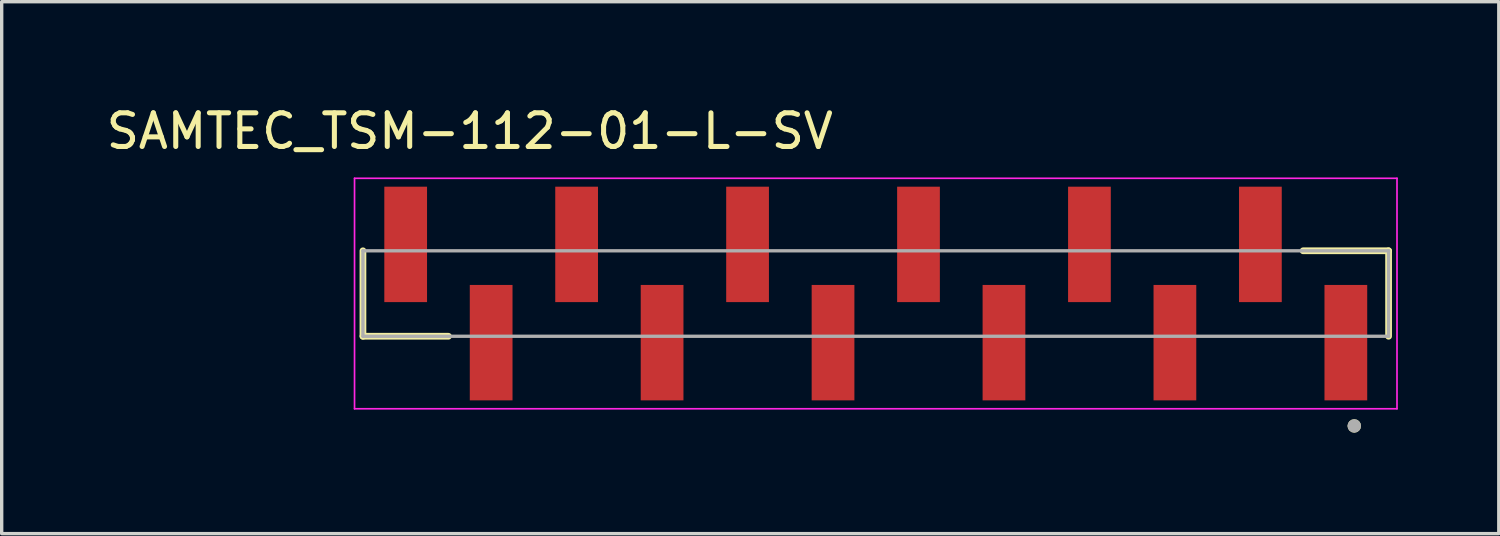
<source format=kicad_pcb>
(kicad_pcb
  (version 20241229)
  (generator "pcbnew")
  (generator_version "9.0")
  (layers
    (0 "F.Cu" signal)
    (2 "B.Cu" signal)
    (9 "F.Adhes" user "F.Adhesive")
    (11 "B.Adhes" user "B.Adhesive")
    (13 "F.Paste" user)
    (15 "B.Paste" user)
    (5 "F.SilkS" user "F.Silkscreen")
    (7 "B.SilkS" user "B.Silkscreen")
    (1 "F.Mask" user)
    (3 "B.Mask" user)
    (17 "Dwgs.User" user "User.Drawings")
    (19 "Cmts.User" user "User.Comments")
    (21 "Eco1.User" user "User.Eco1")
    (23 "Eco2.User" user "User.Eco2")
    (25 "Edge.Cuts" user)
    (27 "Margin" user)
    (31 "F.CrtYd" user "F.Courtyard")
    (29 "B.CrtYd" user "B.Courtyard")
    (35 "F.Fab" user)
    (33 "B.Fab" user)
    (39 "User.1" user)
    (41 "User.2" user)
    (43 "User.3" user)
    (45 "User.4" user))
  (footprint "SAMTEC_TSM-112-01-L-SV"
    (layer "F.Cu")
    (at 22.976 5.673)
    (property "Reference" "SAMTEC_TSM-112-01-L-SV" (at -12.065 -4.825 0) (layer "F.SilkS") (effects (font (size 1 1) (thickness 0.15))))
    (attr through_hole)
    (fp_line (start -15.24 1.27) (end -15.24 -1.27) (stroke (width 0.2) (type solid)) (layer "F.SilkS"))
    (fp_line (start -15.24 1.27) (end -12.7 1.27) (stroke (width 0.2) (type solid)) (layer "F.SilkS"))
    (fp_line (start 12.7 -1.27) (end 15.24 -1.27) (stroke (width 0.2) (type solid)) (layer "F.SilkS"))
    (fp_line (start 15.24 -1.27) (end 15.24 1.27) (stroke (width 0.2) (type solid)) (layer "F.SilkS"))
    (fp_circle (center 14.22 3.935) (end 14.32 3.935) (stroke (width 0.2) (type solid)) (fill no) (layer "F.SilkS"))
    (fp_line (start -15.49 -3.425) (end 15.49 -3.425) (stroke (width 0.05) (type solid)) (layer "F.CrtYd"))
    (fp_line (start -15.49 3.425) (end -15.49 -3.425) (stroke (width 0.05) (type solid)) (layer "F.CrtYd"))
    (fp_line (start 15.49 -3.425) (end 15.49 3.425) (stroke (width 0.05) (type solid)) (layer "F.CrtYd"))
    (fp_line (start 15.49 3.425) (end -15.49 3.425) (stroke (width 0.05) (type solid)) (layer "F.CrtYd"))
    (fp_line (start -15.24 -1.27) (end 15.24 -1.27) (stroke (width 0.1) (type solid)) (layer "F.Fab"))
    (fp_line (start -15.24 1.27) (end -15.24 -1.27) (stroke (width 0.1) (type solid)) (layer "F.Fab"))
    (fp_line (start 15.24 -1.27) (end 15.24 1.27) (stroke (width 0.1) (type solid)) (layer "F.Fab"))
    (fp_line (start 15.24 1.27) (end -15.24 1.27) (stroke (width 0.1) (type solid)) (layer "F.Fab"))
    (fp_circle (center 14.22 3.935) (end 14.32 3.935) (stroke (width 0.2) (type solid)) (fill no) (layer "F.Fab"))
    (pad "01" smd rect (at 13.97 1.46) (size 1.27 3.43) (layers "F.Cu" "F.Mask" "F.Paste"))
    (pad "02" smd rect (at 11.43 -1.46) (size 1.27 3.43) (layers "F.Cu" "F.Mask" "F.Paste"))
    (pad "03" smd rect (at 8.89 1.46) (size 1.27 3.43) (layers "F.Cu" "F.Mask" "F.Paste"))
    (pad "04" smd rect (at 6.35 -1.46) (size 1.27 3.43) (layers "F.Cu" "F.Mask" "F.Paste"))
    (pad "05" smd rect (at 3.81 1.46) (size 1.27 3.43) (layers "F.Cu" "F.Mask" "F.Paste"))
    (pad "06" smd rect (at 1.27 -1.46) (size 1.27 3.43) (layers "F.Cu" "F.Mask" "F.Paste"))
    (pad "07" smd rect (at -1.27 1.46) (size 1.27 3.43) (layers "F.Cu" "F.Mask" "F.Paste"))
    (pad "08" smd rect (at -3.81 -1.46) (size 1.27 3.43) (layers "F.Cu" "F.Mask" "F.Paste"))
    (pad "09" smd rect (at -6.35 1.46) (size 1.27 3.43) (layers "F.Cu" "F.Mask" "F.Paste"))
    (pad "10" smd rect (at -8.89 -1.46) (size 1.27 3.43) (layers "F.Cu" "F.Mask" "F.Paste"))
    (pad "11" smd rect (at -11.43 1.46) (size 1.27 3.43) (layers "F.Cu" "F.Mask" "F.Paste"))
    (pad "12" smd rect (at -13.97 -1.46) (size 1.27 3.43) (layers "F.Cu" "F.Mask" "F.Paste")))
  (gr_rect
    (start -3 -3)
    (end 41.491 12.808)
    (stroke (width 0.1) (type default))
    (fill no)
    (layer "Edge.Cuts")))
</source>
